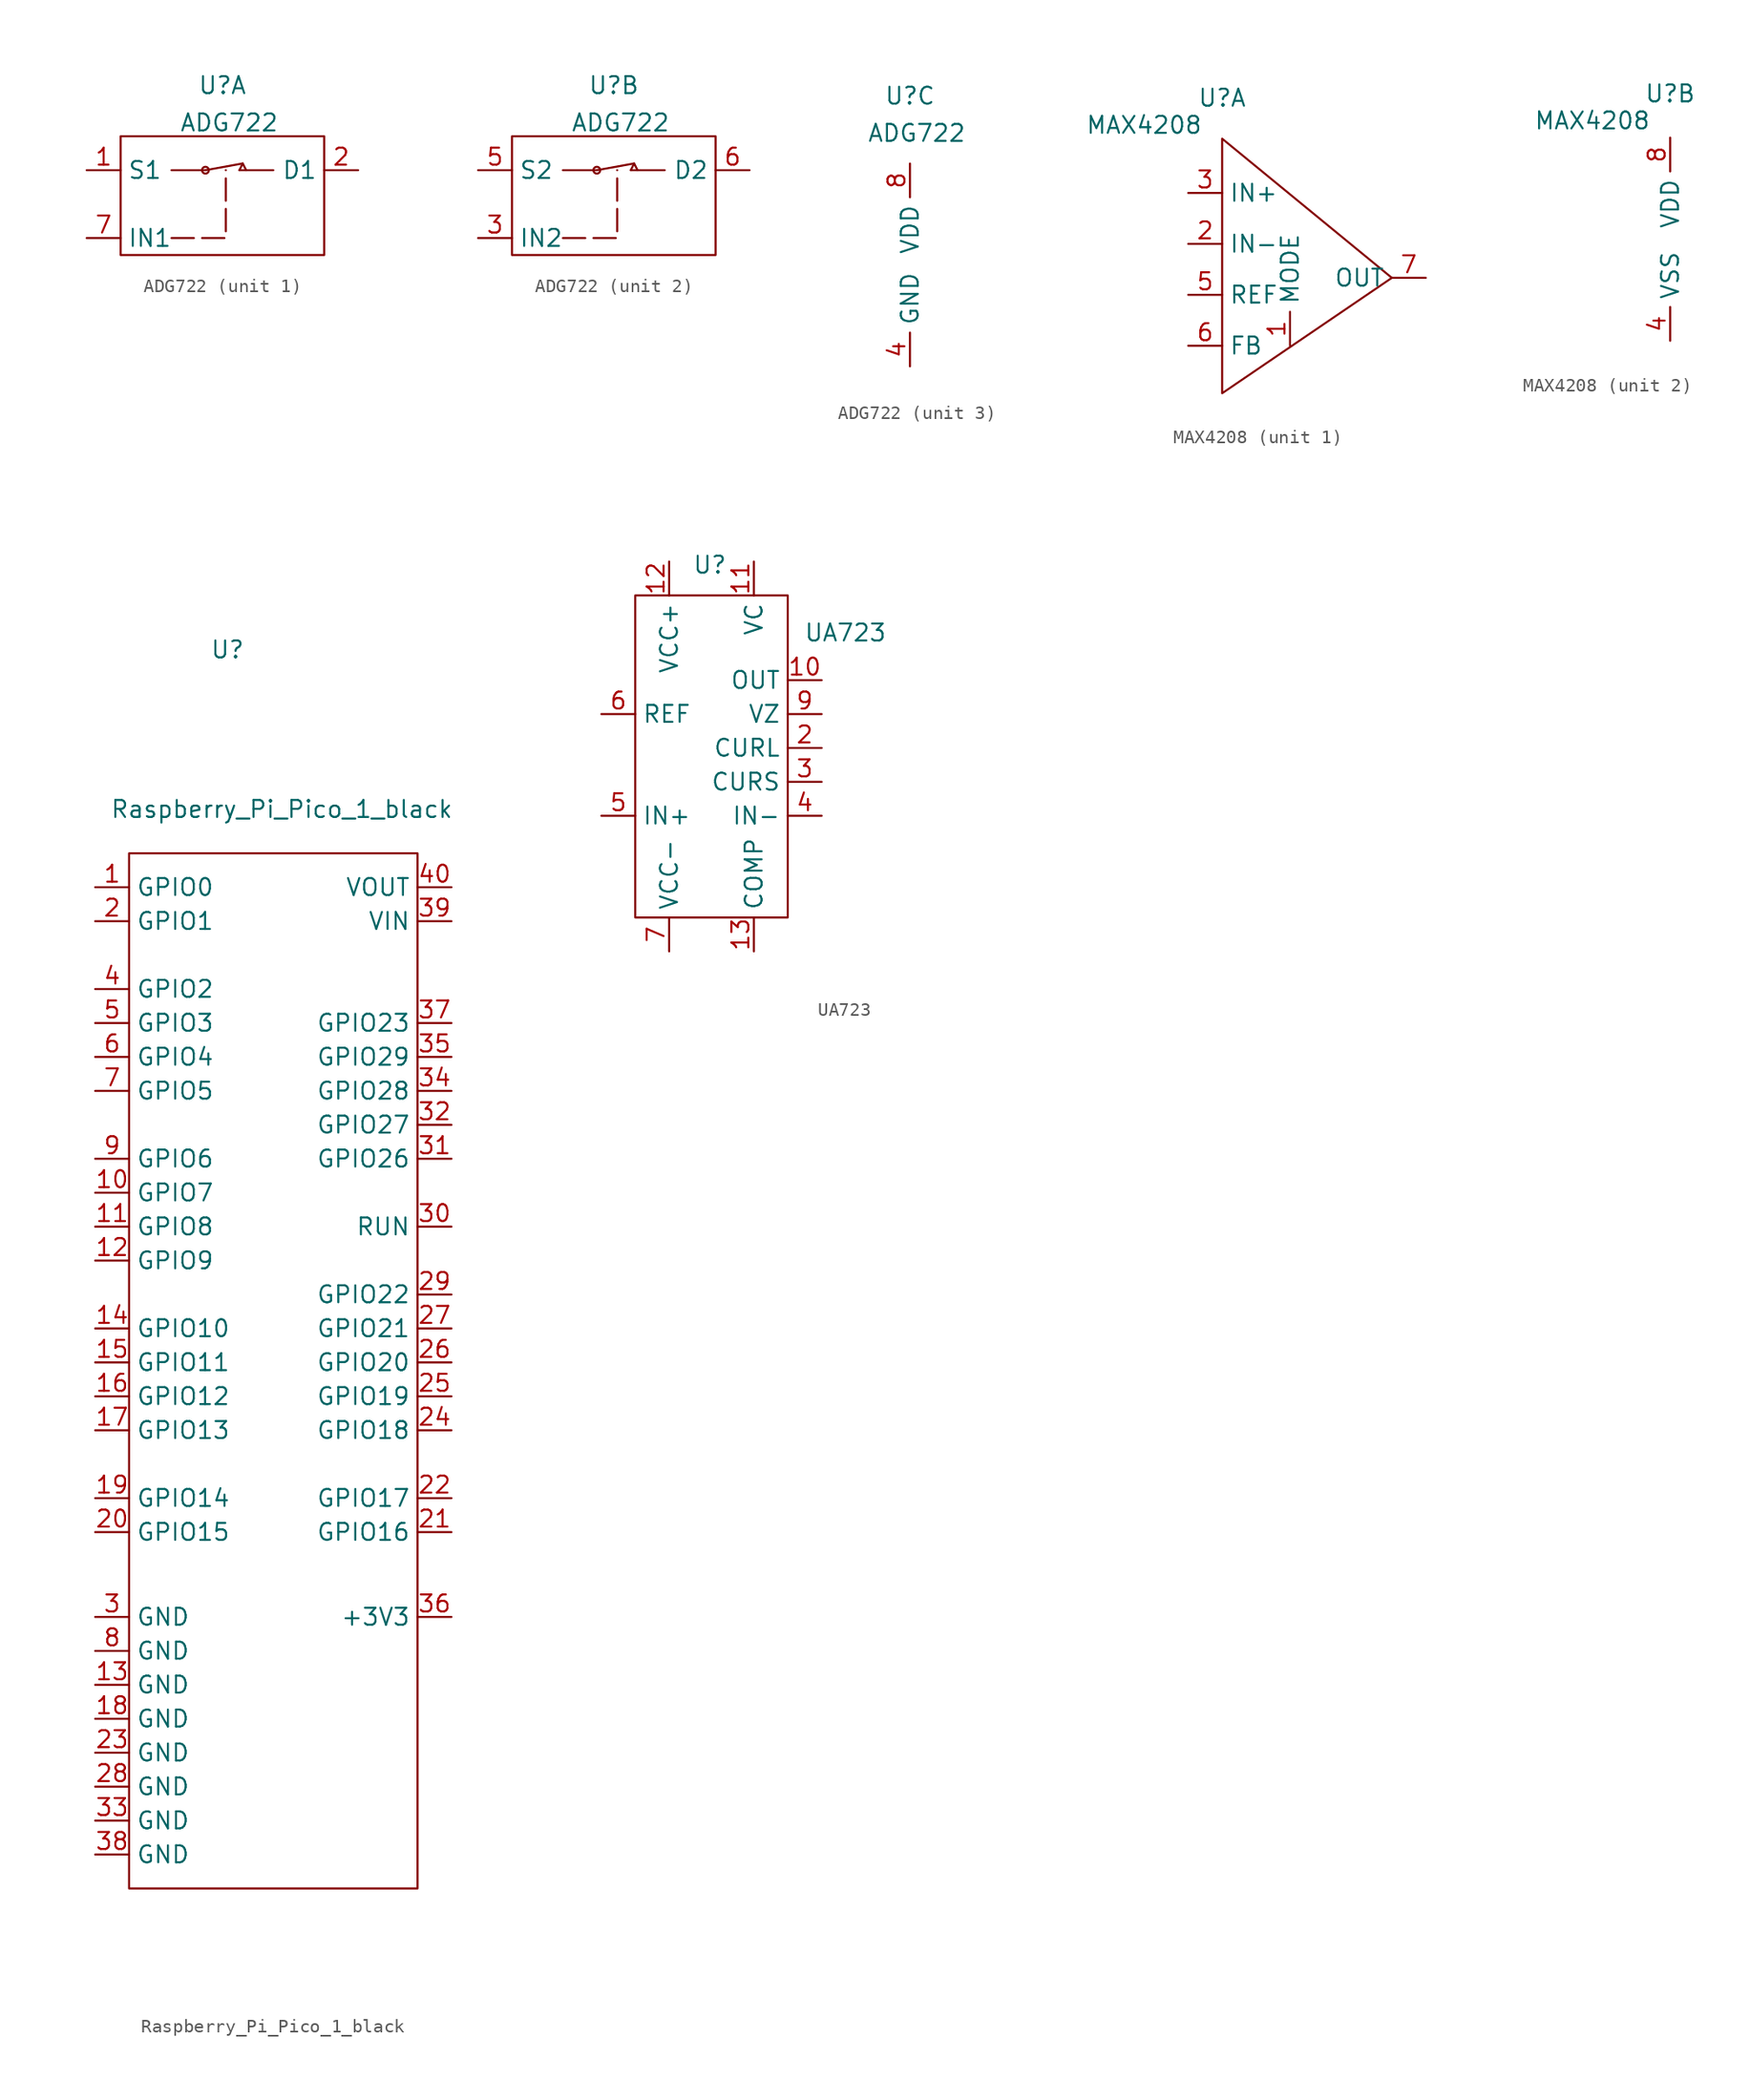
<source format=kicad_sym>
(kicad_symbol_lib
  (version 20231120)
  (generator "kicad_symbol_editor")
  (generator_version "8.0")
  (symbol "ADG722"
    (property "Reference" "U"
      (at 0 7.62 0)
      (effects (font (size 1.27 1.27))))
    (property "Value" "ADG722"
      (at 0.508 4.826 0)
      (effects (font (size 1.27 1.27))))
    (property "ki_locked" ""
      (at 0 0 0)
      (effects (font (size 1.27 1.27))))
    (symbol "ADG722_1_1"
      (rectangle (start -7.62 3.81) (end 7.62 -5.08) (stroke (width 0) (type default)) (fill (type none)))
      (circle (center -1.27 1.27) (radius 0.254) (stroke (width 0) (type default)) (fill (type none)))
      (polyline (pts (xy -3.81 1.27) (xy -1.27 1.27)) (stroke (width 0) (type default)) (fill (type none)))
      (polyline (pts (xy -1.27 1.27) (xy 1.524 1.778)) (stroke (width 0) (type default)) (fill (type none)))
      (polyline (pts (xy 3.81 1.27) (xy 1.27 1.27)) (stroke (width 0) (type default)) (fill (type none)))
      (polyline (pts (xy -3.81 -3.81) (xy 0.254 -3.81) (xy 0.254 1.27)) (stroke (width 0) (type dash)) (fill (type none)))
      (polyline (pts (xy 1.27 1.27) (xy 1.524 1.778) (xy 1.778 1.27)) (stroke (width 0) (type default)) (fill (type none)))
      (pin input line (at -10.16 1.27 0) (length 2.54) (name "S1" (effects (font (size 1.27 1.27)))) (number "1" (effects (font (size 1.27 1.27)))))
      (pin output line (at 10.16 1.27 180) (length 2.54) (name "D1" (effects (font (size 1.27 1.27)))) (number "2" (effects (font (size 1.27 1.27)))))
      (pin input line (at -10.16 -3.81 0) (length 2.54) (name "IN1" (effects (font (size 1.27 1.27)))) (number "7" (effects (font (size 1.27 1.27))))))
    (symbol "ADG722_2_1"
      (rectangle (start -7.62 3.81) (end 7.62 -5.08) (stroke (width 0) (type default)) (fill (type none)))
      (circle (center -1.27 1.27) (radius 0.254) (stroke (width 0) (type default)) (fill (type none)))
      (polyline (pts (xy -3.81 1.27) (xy -1.27 1.27)) (stroke (width 0) (type default)) (fill (type none)))
      (polyline (pts (xy -1.27 1.27) (xy 1.524 1.778)) (stroke (width 0) (type default)) (fill (type none)))
      (polyline (pts (xy 3.81 1.27) (xy 1.27 1.27)) (stroke (width 0) (type default)) (fill (type none)))
      (polyline (pts (xy -3.81 -3.81) (xy 0.254 -3.81) (xy 0.254 1.27)) (stroke (width 0) (type dash)) (fill (type none)))
      (polyline (pts (xy 1.27 1.27) (xy 1.524 1.778) (xy 1.778 1.27)) (stroke (width 0) (type default)) (fill (type none)))
      (pin input line (at -10.16 -3.81 0) (length 2.54) (name "IN2" (effects (font (size 1.27 1.27)))) (number "3" (effects (font (size 1.27 1.27)))))
      (pin input line (at -10.16 1.27 0) (length 2.54) (name "S2" (effects (font (size 1.27 1.27)))) (number "5" (effects (font (size 1.27 1.27)))))
      (pin output line (at 10.16 1.27 180) (length 2.54) (name "D2" (effects (font (size 1.27 1.27)))) (number "6" (effects (font (size 1.27 1.27))))))
    (symbol "ADG722_3_1"
      (pin power_out line (at 0 -12.7 90) (length 2.54) (name "GND" (effects (font (size 1.27 1.27)))) (number "4" (effects (font (size 1.27 1.27)))))
      (pin power_in line (at 0 2.54 270) (length 2.54) (name "VDD" (effects (font (size 1.27 1.27)))) (number "8" (effects (font (size 1.27 1.27)))))))
  (symbol "MAX4208"
    (property "Reference" "U"
      (at 0 9.652 0)
      (effects (font (size 1.27 1.27))))
    (property "Value" "MAX4208"
      (at -5.842 7.62 0)
      (effects (font (size 1.27 1.27))))
    (property "ki_locked" ""
      (at 0 0 0)
      (effects (font (size 1.27 1.27))))
    (symbol "MAX4208_1_1"
      (polyline (pts (xy 0 6.604) (xy 0 -12.446) (xy 12.7 -3.81) (xy 0 6.604)) (stroke (width 0) (type default)) (fill (type none)))
      (pin input line (at 5.08 -8.89 90) (length 2.54) (name "MODE" (effects (font (size 1.27 1.27)))) (number "1" (effects (font (size 1.27 1.27)))))
      (pin input line (at -2.54 -1.27 0) (length 2.54) (name "IN-" (effects (font (size 1.27 1.27)))) (number "2" (effects (font (size 1.27 1.27)))))
      (pin input line (at -2.54 2.54 0) (length 2.54) (name "IN+" (effects (font (size 1.27 1.27)))) (number "3" (effects (font (size 1.27 1.27)))))
      (pin input line (at -2.54 -5.08 0) (length 2.54) (name "REF" (effects (font (size 1.27 1.27)))) (number "5" (effects (font (size 1.27 1.27)))))
      (pin input line (at -2.54 -8.89 0) (length 2.54) (name "FB" (effects (font (size 1.27 1.27)))) (number "6" (effects (font (size 1.27 1.27)))))
      (pin output line (at 15.24 -3.81 180) (length 2.54) (name "OUT" (effects (font (size 1.27 1.27)))) (number "7" (effects (font (size 1.27 1.27))))))
    (symbol "MAX4208_2_1"
      (pin power_out line (at 0 -8.89 90) (length 2.54) (name "VSS" (effects (font (size 1.27 1.27)))) (number "4" (effects (font (size 1.27 1.27)))))
      (pin power_in line (at 0 6.35 270) (length 2.54) (name "VDD" (effects (font (size 1.27 1.27)))) (number "8" (effects (font (size 1.27 1.27)))))))
  (symbol "Raspberry_Pi_Pico_1_black"
    (property "Reference" "U"
      (at -0.254 22.86 0)
      (effects (font (size 1.27 1.27))))
    (property "Value" "Raspberry_Pi_Pico_1_black"
      (at 3.81 10.922 0)
      (effects (font (size 1.27 1.27))))
    (symbol "Raspberry_Pi_Pico_1_black_0_1"
      (rectangle (start -7.62 7.62) (end 13.97 -69.85) (stroke (width 0) (type default)) (fill (type none))))
    (symbol "Raspberry_Pi_Pico_1_black_1_1"
      (pin bidirectional line (at -10.16 5.08 0) (length 2.54) (name "GPIO0" (effects (font (size 1.27 1.27)))) (number "1" (effects (font (size 1.27 1.27)))))
      (pin bidirectional line (at -10.16 -17.78 0) (length 2.54) (name "GPIO7" (effects (font (size 1.27 1.27)))) (number "10" (effects (font (size 1.27 1.27)))))
      (pin bidirectional line (at -10.16 -20.32 0) (length 2.54) (name "GPIO8" (effects (font (size 1.27 1.27)))) (number "11" (effects (font (size 1.27 1.27)))))
      (pin bidirectional line (at -10.16 -22.86 0) (length 2.54) (name "GPIO9" (effects (font (size 1.27 1.27)))) (number "12" (effects (font (size 1.27 1.27)))))
      (pin bidirectional line (at -10.16 -54.61 0) (length 2.54) (name "GND" (effects (font (size 1.27 1.27)))) (number "13" (effects (font (size 1.27 1.27)))))
      (pin bidirectional line (at -10.16 -27.94 0) (length 2.54) (name "GPIO10" (effects (font (size 1.27 1.27)))) (number "14" (effects (font (size 1.27 1.27)))))
      (pin bidirectional line (at -10.16 -30.48 0) (length 2.54) (name "GPIO11" (effects (font (size 1.27 1.27)))) (number "15" (effects (font (size 1.27 1.27)))))
      (pin bidirectional line (at -10.16 -33.02 0) (length 2.54) (name "GPIO12" (effects (font (size 1.27 1.27)))) (number "16" (effects (font (size 1.27 1.27)))))
      (pin bidirectional line (at -10.16 -35.56 0) (length 2.54) (name "GPIO13" (effects (font (size 1.27 1.27)))) (number "17" (effects (font (size 1.27 1.27)))))
      (pin bidirectional line (at -10.16 -57.15 0) (length 2.54) (name "GND" (effects (font (size 1.27 1.27)))) (number "18" (effects (font (size 1.27 1.27)))))
      (pin bidirectional line (at -10.16 -40.64 0) (length 2.54) (name "GPIO14" (effects (font (size 1.27 1.27)))) (number "19" (effects (font (size 1.27 1.27)))))
      (pin bidirectional line (at -10.16 2.54 0) (length 2.54) (name "GPIO1" (effects (font (size 1.27 1.27)))) (number "2" (effects (font (size 1.27 1.27)))))
      (pin bidirectional line (at -10.16 -43.18 0) (length 2.54) (name "GPIO15" (effects (font (size 1.27 1.27)))) (number "20" (effects (font (size 1.27 1.27)))))
      (pin bidirectional line (at 16.51 -43.18 180) (length 2.54) (name "GPIO16" (effects (font (size 1.27 1.27)))) (number "21" (effects (font (size 1.27 1.27)))))
      (pin bidirectional line (at 16.51 -40.64 180) (length 2.54) (name "GPIO17" (effects (font (size 1.27 1.27)))) (number "22" (effects (font (size 1.27 1.27)))))
      (pin bidirectional line (at -10.16 -59.69 0) (length 2.54) (name "GND" (effects (font (size 1.27 1.27)))) (number "23" (effects (font (size 1.27 1.27)))))
      (pin bidirectional line (at 16.51 -35.56 180) (length 2.54) (name "GPIO18" (effects (font (size 1.27 1.27)))) (number "24" (effects (font (size 1.27 1.27)))))
      (pin bidirectional line (at 16.51 -33.02 180) (length 2.54) (name "GPIO19" (effects (font (size 1.27 1.27)))) (number "25" (effects (font (size 1.27 1.27)))))
      (pin bidirectional line (at 16.51 -30.48 180) (length 2.54) (name "GPIO20" (effects (font (size 1.27 1.27)))) (number "26" (effects (font (size 1.27 1.27)))))
      (pin bidirectional line (at 16.51 -27.94 180) (length 2.54) (name "GPIO21" (effects (font (size 1.27 1.27)))) (number "27" (effects (font (size 1.27 1.27)))))
      (pin bidirectional line (at -10.16 -62.23 0) (length 2.54) (name "GND" (effects (font (size 1.27 1.27)))) (number "28" (effects (font (size 1.27 1.27)))))
      (pin bidirectional line (at 16.51 -25.4 180) (length 2.54) (name "GPIO22" (effects (font (size 1.27 1.27)))) (number "29" (effects (font (size 1.27 1.27)))))
      (pin bidirectional line (at -10.16 -49.53 0) (length 2.54) (name "GND" (effects (font (size 1.27 1.27)))) (number "3" (effects (font (size 1.27 1.27)))))
      (pin bidirectional line (at 16.51 -20.32 180) (length 2.54) (name "RUN" (effects (font (size 1.27 1.27)))) (number "30" (effects (font (size 1.27 1.27)))))
      (pin bidirectional line (at 16.51 -15.24 180) (length 2.54) (name "GPIO26" (effects (font (size 1.27 1.27)))) (number "31" (effects (font (size 1.27 1.27)))))
      (pin bidirectional line (at 16.51 -12.7 180) (length 2.54) (name "GPIO27" (effects (font (size 1.27 1.27)))) (number "32" (effects (font (size 1.27 1.27)))))
      (pin bidirectional line (at -10.16 -64.77 0) (length 2.54) (name "GND" (effects (font (size 1.27 1.27)))) (number "33" (effects (font (size 1.27 1.27)))))
      (pin bidirectional line (at 16.51 -10.16 180) (length 2.54) (name "GPIO28" (effects (font (size 1.27 1.27)))) (number "34" (effects (font (size 1.27 1.27)))))
      (pin bidirectional line (at 16.51 -7.62 180) (length 2.54) (name "GPIO29" (effects (font (size 1.27 1.27)))) (number "35" (effects (font (size 1.27 1.27)))))
      (pin bidirectional line (at 16.51 -49.53 180) (length 2.54) (name "+3V3" (effects (font (size 1.27 1.27)))) (number "36" (effects (font (size 1.27 1.27)))))
      (pin bidirectional line (at 16.51 -5.08 180) (length 2.54) (name "GPIO23" (effects (font (size 1.27 1.27)))) (number "37" (effects (font (size 1.27 1.27)))))
      (pin bidirectional line (at -10.16 -67.31 0) (length 2.54) (name "GND" (effects (font (size 1.27 1.27)))) (number "38" (effects (font (size 1.27 1.27)))))
      (pin bidirectional line (at 16.51 2.54 180) (length 2.54) (name "VIN" (effects (font (size 1.27 1.27)))) (number "39" (effects (font (size 1.27 1.27)))))
      (pin bidirectional line (at -10.16 -2.54 0) (length 2.54) (name "GPIO2" (effects (font (size 1.27 1.27)))) (number "4" (effects (font (size 1.27 1.27)))))
      (pin bidirectional line (at 16.51 5.08 180) (length 2.54) (name "VOUT" (effects (font (size 1.27 1.27)))) (number "40" (effects (font (size 1.27 1.27)))))
      (pin bidirectional line (at -10.16 -5.08 0) (length 2.54) (name "GPIO3" (effects (font (size 1.27 1.27)))) (number "5" (effects (font (size 1.27 1.27)))))
      (pin bidirectional line (at -10.16 -7.62 0) (length 2.54) (name "GPIO4" (effects (font (size 1.27 1.27)))) (number "6" (effects (font (size 1.27 1.27)))))
      (pin bidirectional line (at -10.16 -10.16 0) (length 2.54) (name "GPIO5" (effects (font (size 1.27 1.27)))) (number "7" (effects (font (size 1.27 1.27)))))
      (pin bidirectional line (at -10.16 -52.07 0) (length 2.54) (name "GND" (effects (font (size 1.27 1.27)))) (number "8" (effects (font (size 1.27 1.27)))))
      (pin bidirectional line (at -10.16 -15.24 0) (length 2.54) (name "GPIO6" (effects (font (size 1.27 1.27)))) (number "9" (effects (font (size 1.27 1.27)))))))
  (symbol "UA723"
    (property "Reference" "U"
      (at -0.762 8.636 0)
      (effects (font (size 1.27 1.27))))
    (property "Value" "UA723"
      (at 9.398 3.556 0)
      (effects (font (size 1.27 1.27))))
    (symbol "UA723_0_1"
      (rectangle (start -6.35 6.35) (end 5.08 -17.78) (stroke (width 0) (type default)) (fill (type none))))
    (symbol "UA723_1_1"
      (pin no_connect line (at 27.94 -12.7 180) (length 2.54) hide (name "NC" (effects (font (size 1.27 1.27)))) (number "1" (effects (font (size 1.27 1.27)))))
      (pin power_out line (at 7.62 0 180) (length 2.54) (name "OUT" (effects (font (size 1.27 1.27)))) (number "10" (effects (font (size 1.27 1.27)))))
      (pin power_in line (at 2.54 8.89 270) (length 2.54) (name "VC" (effects (font (size 1.27 1.27)))) (number "11" (effects (font (size 1.27 1.27)))))
      (pin power_in line (at -3.81 8.89 270) (length 2.54) (name "VCC+" (effects (font (size 1.27 1.27)))) (number "12" (effects (font (size 1.27 1.27)))))
      (pin power_out line (at 2.54 -20.32 90) (length 2.54) (name "COMP" (effects (font (size 1.27 1.27)))) (number "13" (effects (font (size 1.27 1.27)))))
      (pin no_connect line (at 27.94 -20.32 180) (length 2.54) hide (name "NC" (effects (font (size 1.27 1.27)))) (number "14" (effects (font (size 1.27 1.27)))))
      (pin input line (at 7.62 -5.08 180) (length 2.54) (name "CURL" (effects (font (size 1.27 1.27)))) (number "2" (effects (font (size 1.27 1.27)))))
      (pin input line (at 7.62 -7.62 180) (length 2.54) (name "CURS" (effects (font (size 1.27 1.27)))) (number "3" (effects (font (size 1.27 1.27)))))
      (pin input line (at 7.62 -10.16 180) (length 2.54) (name "IN-" (effects (font (size 1.27 1.27)))) (number "4" (effects (font (size 1.27 1.27)))))
      (pin input line (at -8.89 -10.16 0) (length 2.54) (name "IN+" (effects (font (size 1.27 1.27)))) (number "5" (effects (font (size 1.27 1.27)))))
      (pin power_out line (at -8.89 -2.54 0) (length 2.54) (name "REF" (effects (font (size 1.27 1.27)))) (number "6" (effects (font (size 1.27 1.27)))))
      (pin power_out line (at -3.81 -20.32 90) (length 2.54) (name "VCC-" (effects (font (size 1.27 1.27)))) (number "7" (effects (font (size 1.27 1.27)))))
      (pin no_connect line (at 27.94 -16.51 180) (length 2.54) hide (name "NC" (effects (font (size 1.27 1.27)))) (number "8" (effects (font (size 1.27 1.27)))))
      (pin power_out line (at 7.62 -2.54 180) (length 2.54) (name "VZ" (effects (font (size 1.27 1.27)))) (number "9" (effects (font (size 1.27 1.27))))))))
</source>
